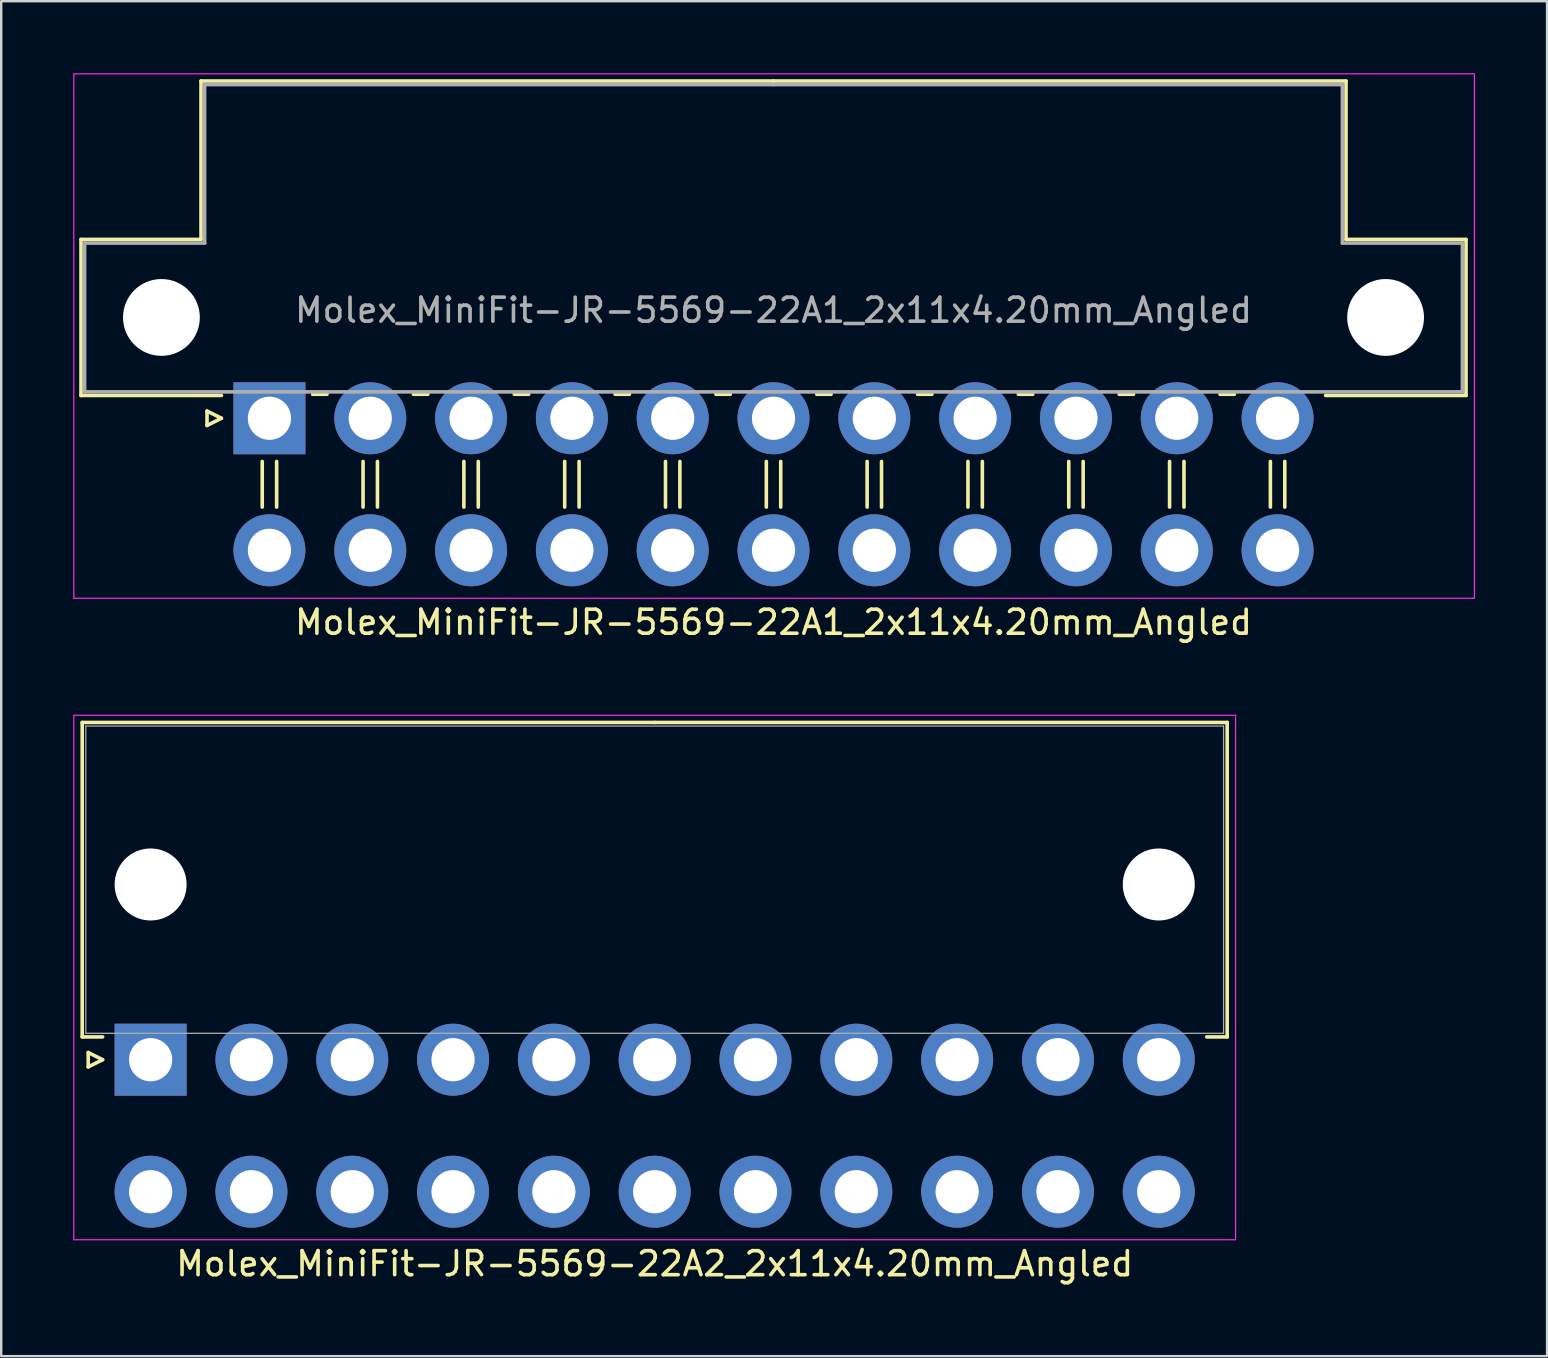
<source format=kicad_pcb>
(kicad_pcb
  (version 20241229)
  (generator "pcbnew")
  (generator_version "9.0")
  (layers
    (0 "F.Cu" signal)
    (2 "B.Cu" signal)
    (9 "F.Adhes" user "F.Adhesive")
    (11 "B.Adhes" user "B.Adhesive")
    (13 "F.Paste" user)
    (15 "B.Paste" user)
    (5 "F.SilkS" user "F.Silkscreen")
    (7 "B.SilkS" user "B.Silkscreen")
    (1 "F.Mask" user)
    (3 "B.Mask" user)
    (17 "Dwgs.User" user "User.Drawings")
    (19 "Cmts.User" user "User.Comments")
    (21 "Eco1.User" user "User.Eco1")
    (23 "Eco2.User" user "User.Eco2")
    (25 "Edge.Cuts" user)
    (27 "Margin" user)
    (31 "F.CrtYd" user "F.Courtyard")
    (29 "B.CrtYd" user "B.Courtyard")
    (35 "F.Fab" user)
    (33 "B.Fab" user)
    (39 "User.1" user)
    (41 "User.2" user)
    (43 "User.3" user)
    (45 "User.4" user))
  (footprint "Molex_MiniFit-JR-5569-22A2_2x11x4.20mm_Angled"
    (layer "F.Cu")
    (at 3.225 41.098)
    (property "Reference" "Molex_MiniFit-JR-5569-22A2_2x11x4.20mm_Angled" (at 21 8.5 0) (layer "F.SilkS") (effects (font (size 1 1) (thickness 0.15))))
    (attr through_hole)
    (fp_line (start -2.85 -14.05) (end 21 -14.05) (stroke (width 0.15) (type solid)) (layer "F.SilkS"))
    (fp_line (start -2.85 -0.95) (end -2.85 -14.05) (stroke (width 0.15) (type solid)) (layer "F.SilkS"))
    (fp_line (start -2.6 -0.3) (end -2 0) (stroke (width 0.15) (type solid)) (layer "F.SilkS"))
    (fp_line (start -2.6 0.3) (end -2.6 -0.3) (stroke (width 0.15) (type solid)) (layer "F.SilkS"))
    (fp_line (start -2 -0.95) (end -2.85 -0.95) (stroke (width 0.15) (type solid)) (layer "F.SilkS"))
    (fp_line (start -2 0) (end -2.6 0.3) (stroke (width 0.15) (type solid)) (layer "F.SilkS"))
    (fp_line (start 44 -0.95) (end 44.85 -0.95) (stroke (width 0.15) (type solid)) (layer "F.SilkS"))
    (fp_line (start 44.85 -14.05) (end 21 -14.05) (stroke (width 0.15) (type solid)) (layer "F.SilkS"))
    (fp_line (start 44.85 -0.95) (end 44.85 -14.05) (stroke (width 0.15) (type solid)) (layer "F.SilkS"))
    (fp_line (start -3.2 -14.35) (end -3.2 7.5) (stroke (width 0.05) (type solid)) (layer "F.CrtYd"))
    (fp_line (start -3.2 7.5) (end 45.2 7.5) (stroke (width 0.05) (type solid)) (layer "F.CrtYd"))
    (fp_line (start 45.2 -14.35) (end -3.2 -14.35) (stroke (width 0.05) (type solid)) (layer "F.CrtYd"))
    (fp_line (start 45.2 7.5) (end 45.2 -14.35) (stroke (width 0.05) (type solid)) (layer "F.CrtYd"))
    (fp_line (start -2.7 -13.9) (end -2.7 -1.1) (stroke (width 0.05) (type solid)) (layer "F.Fab"))
    (fp_line (start -2.7 -1.1) (end 44.7 -1.1) (stroke (width 0.05) (type solid)) (layer "F.Fab"))
    (fp_line (start 44.7 -13.9) (end -2.7 -13.9) (stroke (width 0.05) (type solid)) (layer "F.Fab"))
    (fp_line (start 44.7 -1.1) (end 44.7 -13.9) (stroke (width 0.05) (type solid)) (layer "F.Fab"))
    (pad "" np_thru_hole circle (at 0 -7.3) (size 3 3) (drill 3) (layers "*.Cu"))
    (pad "" np_thru_hole circle (at 42 -7.3) (size 3 3) (drill 3) (layers "*.Cu"))
    (pad "1" thru_hole rect (at 0 0) (size 3 3) (drill 1.8) (layers "*.Cu" "*.Mask"))
    (pad "2" thru_hole circle (at 4.2 0) (size 3 3) (drill 1.8) (layers "*.Cu" "*.Mask"))
    (pad "3" thru_hole circle (at 8.4 0) (size 3 3) (drill 1.8) (layers "*.Cu" "*.Mask"))
    (pad "4" thru_hole circle (at 12.6 0) (size 3 3) (drill 1.8) (layers "*.Cu" "*.Mask"))
    (pad "5" thru_hole circle (at 16.8 0) (size 3 3) (drill 1.8) (layers "*.Cu" "*.Mask"))
    (pad "6" thru_hole circle (at 21 0) (size 3 3) (drill 1.8) (layers "*.Cu" "*.Mask"))
    (pad "7" thru_hole circle (at 25.2 0) (size 3 3) (drill 1.8) (layers "*.Cu" "*.Mask"))
    (pad "8" thru_hole circle (at 29.4 0) (size 3 3) (drill 1.8) (layers "*.Cu" "*.Mask"))
    (pad "9" thru_hole circle (at 33.6 0) (size 3 3) (drill 1.8) (layers "*.Cu" "*.Mask"))
    (pad "10" thru_hole circle (at 37.8 0) (size 3 3) (drill 1.8) (layers "*.Cu" "*.Mask"))
    (pad "11" thru_hole circle (at 42 0) (size 3 3) (drill 1.8) (layers "*.Cu" "*.Mask"))
    (pad "12" thru_hole circle (at 0 5.5) (size 3 3) (drill 1.8) (layers "*.Cu" "*.Mask"))
    (pad "13" thru_hole circle (at 4.2 5.5) (size 3 3) (drill 1.8) (layers "*.Cu" "*.Mask"))
    (pad "14" thru_hole circle (at 8.4 5.5) (size 3 3) (drill 1.8) (layers "*.Cu" "*.Mask"))
    (pad "15" thru_hole circle (at 12.6 5.5) (size 3 3) (drill 1.8) (layers "*.Cu" "*.Mask"))
    (pad "16" thru_hole circle (at 16.8 5.5) (size 3 3) (drill 1.8) (layers "*.Cu" "*.Mask"))
    (pad "17" thru_hole circle (at 21 5.5) (size 3 3) (drill 1.8) (layers "*.Cu" "*.Mask"))
    (pad "18" thru_hole circle (at 25.2 5.5) (size 3 3) (drill 1.8) (layers "*.Cu" "*.Mask"))
    (pad "19" thru_hole circle (at 29.4 5.5) (size 3 3) (drill 1.8) (layers "*.Cu" "*.Mask"))
    (pad "20" thru_hole circle (at 33.6 5.5) (size 3 3) (drill 1.8) (layers "*.Cu" "*.Mask"))
    (pad "21" thru_hole circle (at 37.8 5.5) (size 3 3) (drill 1.8) (layers "*.Cu" "*.Mask"))
    (pad "22" thru_hole circle (at 42 5.5) (size 3 3) (drill 1.8) (layers "*.Cu" "*.Mask")))
  (footprint "Molex_MiniFit-JR-5569-22A1_2x11x4.20mm_Angled"
    (layer "F.Cu")
    (at 8.175 14.375)
    (property "Reference" "Molex_MiniFit-JR-5569-22A1_2x11x4.20mm_Angled" (at 21 8.5 0) (layer "F.SilkS") (effects (font (size 1 1) (thickness 0.15))))
    (attr through_hole)
    (fp_line (start -7.85 -7.45) (end -7.85 -0.95) (stroke (width 0.15) (type solid)) (layer "F.SilkS"))
    (fp_line (start -7.85 -0.95) (end -2 -0.95) (stroke (width 0.15) (type solid)) (layer "F.SilkS"))
    (fp_line (start -2.85 -14.05) (end -2.85 -7.45) (stroke (width 0.15) (type solid)) (layer "F.SilkS"))
    (fp_line (start -2.85 -7.45) (end -7.85 -7.45) (stroke (width 0.15) (type solid)) (layer "F.SilkS"))
    (fp_line (start -2.6 -0.3) (end -2 0) (stroke (width 0.15) (type solid)) (layer "F.SilkS"))
    (fp_line (start -2.6 0.3) (end -2.6 -0.3) (stroke (width 0.15) (type solid)) (layer "F.SilkS"))
    (fp_line (start -2 0) (end -2.6 0.3) (stroke (width 0.15) (type solid)) (layer "F.SilkS"))
    (fp_line (start -0.3 1.8) (end -0.3 3.7) (stroke (width 0.15) (type solid)) (layer "F.SilkS"))
    (fp_line (start 0.3 1.8) (end 0.3 3.7) (stroke (width 0.15) (type solid)) (layer "F.SilkS"))
    (fp_line (start 1.8 -1) (end 2.4 -1) (stroke (width 0.15) (type solid)) (layer "F.SilkS"))
    (fp_line (start 3.9 1.8) (end 3.9 3.7) (stroke (width 0.15) (type solid)) (layer "F.SilkS"))
    (fp_line (start 4.5 1.8) (end 4.5 3.7) (stroke (width 0.15) (type solid)) (layer "F.SilkS"))
    (fp_line (start 6 -1) (end 6.6 -1) (stroke (width 0.15) (type solid)) (layer "F.SilkS"))
    (fp_line (start 8.1 1.8) (end 8.1 3.7) (stroke (width 0.15) (type solid)) (layer "F.SilkS"))
    (fp_line (start 8.7 1.8) (end 8.7 3.7) (stroke (width 0.15) (type solid)) (layer "F.SilkS"))
    (fp_line (start 10.2 -1) (end 10.8 -1) (stroke (width 0.15) (type solid)) (layer "F.SilkS"))
    (fp_line (start 12.3 1.8) (end 12.3 3.7) (stroke (width 0.15) (type solid)) (layer "F.SilkS"))
    (fp_line (start 12.9 1.8) (end 12.9 3.7) (stroke (width 0.15) (type solid)) (layer "F.SilkS"))
    (fp_line (start 14.4 -1) (end 15 -1) (stroke (width 0.15) (type solid)) (layer "F.SilkS"))
    (fp_line (start 16.5 1.8) (end 16.5 3.7) (stroke (width 0.15) (type solid)) (layer "F.SilkS"))
    (fp_line (start 17.1 1.8) (end 17.1 3.7) (stroke (width 0.15) (type solid)) (layer "F.SilkS"))
    (fp_line (start 18.6 -1) (end 19.2 -1) (stroke (width 0.15) (type solid)) (layer "F.SilkS"))
    (fp_line (start 20.7 1.8) (end 20.7 3.7) (stroke (width 0.15) (type solid)) (layer "F.SilkS"))
    (fp_line (start 21 -14.05) (end -2.85 -14.05) (stroke (width 0.15) (type solid)) (layer "F.SilkS"))
    (fp_line (start 21 -14.05) (end 44.85 -14.05) (stroke (width 0.15) (type solid)) (layer "F.SilkS"))
    (fp_line (start 21.3 1.8) (end 21.3 3.7) (stroke (width 0.15) (type solid)) (layer "F.SilkS"))
    (fp_line (start 22.8 -1) (end 23.4 -1) (stroke (width 0.15) (type solid)) (layer "F.SilkS"))
    (fp_line (start 24.9 1.8) (end 24.9 3.7) (stroke (width 0.15) (type solid)) (layer "F.SilkS"))
    (fp_line (start 25.5 1.8) (end 25.5 3.7) (stroke (width 0.15) (type solid)) (layer "F.SilkS"))
    (fp_line (start 27 -1) (end 27.6 -1) (stroke (width 0.15) (type solid)) (layer "F.SilkS"))
    (fp_line (start 29.1 1.8) (end 29.1 3.7) (stroke (width 0.15) (type solid)) (layer "F.SilkS"))
    (fp_line (start 29.7 1.8) (end 29.7 3.7) (stroke (width 0.15) (type solid)) (layer "F.SilkS"))
    (fp_line (start 31.2 -1) (end 31.8 -1) (stroke (width 0.15) (type solid)) (layer "F.SilkS"))
    (fp_line (start 33.3 1.8) (end 33.3 3.7) (stroke (width 0.15) (type solid)) (layer "F.SilkS"))
    (fp_line (start 33.9 1.8) (end 33.9 3.7) (stroke (width 0.15) (type solid)) (layer "F.SilkS"))
    (fp_line (start 35.4 -1) (end 36 -1) (stroke (width 0.15) (type solid)) (layer "F.SilkS"))
    (fp_line (start 37.5 1.8) (end 37.5 3.7) (stroke (width 0.15) (type solid)) (layer "F.SilkS"))
    (fp_line (start 38.1 1.8) (end 38.1 3.7) (stroke (width 0.15) (type solid)) (layer "F.SilkS"))
    (fp_line (start 39.6 -1) (end 40.2 -1) (stroke (width 0.15) (type solid)) (layer "F.SilkS"))
    (fp_line (start 41.7 1.8) (end 41.7 3.7) (stroke (width 0.15) (type solid)) (layer "F.SilkS"))
    (fp_line (start 42.3 1.8) (end 42.3 3.7) (stroke (width 0.15) (type solid)) (layer "F.SilkS"))
    (fp_line (start 44.85 -14.05) (end 44.85 -7.45) (stroke (width 0.15) (type solid)) (layer "F.SilkS"))
    (fp_line (start 44.85 -7.45) (end 49.85 -7.45) (stroke (width 0.15) (type solid)) (layer "F.SilkS"))
    (fp_line (start 49.85 -7.45) (end 49.85 -0.95) (stroke (width 0.15) (type solid)) (layer "F.SilkS"))
    (fp_line (start 49.85 -0.95) (end 44 -0.95) (stroke (width 0.15) (type solid)) (layer "F.SilkS"))
    (fp_line (start -8.15 -14.35) (end -8.15 7.5) (stroke (width 0.05) (type solid)) (layer "F.CrtYd"))
    (fp_line (start -8.15 7.5) (end 50.2 7.5) (stroke (width 0.05) (type solid)) (layer "F.CrtYd"))
    (fp_line (start 50.2 -14.35) (end -8.15 -14.35) (stroke (width 0.05) (type solid)) (layer "F.CrtYd"))
    (fp_line (start 50.2 7.5) (end 50.2 -14.35) (stroke (width 0.05) (type solid)) (layer "F.CrtYd"))
    (fp_line (start -7.7 -7.3) (end -7.7 -1.1) (stroke (width 0.15) (type solid)) (layer "F.Fab"))
    (fp_line (start -7.7 -1.1) (end 21 -1.1) (stroke (width 0.15) (type solid)) (layer "F.Fab"))
    (fp_line (start -2.7 -13.9) (end -2.7 -7.3) (stroke (width 0.15) (type solid)) (layer "F.Fab"))
    (fp_line (start -2.7 -7.3) (end -7.7 -7.3) (stroke (width 0.15) (type solid)) (layer "F.Fab"))
    (fp_line (start 21 -13.9) (end -2.7 -13.9) (stroke (width 0.15) (type solid)) (layer "F.Fab"))
    (fp_line (start 21 -13.9) (end 44.7 -13.9) (stroke (width 0.15) (type solid)) (layer "F.Fab"))
    (fp_line (start 44.7 -13.9) (end 44.7 -7.3) (stroke (width 0.15) (type solid)) (layer "F.Fab"))
    (fp_line (start 44.7 -7.3) (end 49.7 -7.3) (stroke (width 0.15) (type solid)) (layer "F.Fab"))
    (fp_line (start 49.7 -7.3) (end 49.7 -1.1) (stroke (width 0.15) (type solid)) (layer "F.Fab"))
    (fp_line (start 49.7 -1.1) (end 21 -1.1) (stroke (width 0.15) (type solid)) (layer "F.Fab"))
    (fp_text user "${REFERENCE}" (at 21 -4.5 0) (layer "F.Fab") (effects (font (size 1 1) (thickness 0.15))))
    (pad "" np_thru_hole circle (at -4.5 -4.2) (size 3.2 3.2) (drill 3.2) (layers "*.Cu"))
    (pad "" np_thru_hole circle (at 46.5 -4.2) (size 3.2 3.2) (drill 3.2) (layers "*.Cu"))
    (pad "1" thru_hole rect (at 0 0) (size 3 3) (drill 1.8) (layers "*.Cu" "*.Mask"))
    (pad "2" thru_hole circle (at 4.2 0) (size 3 3) (drill 1.8) (layers "*.Cu" "*.Mask"))
    (pad "3" thru_hole circle (at 8.4 0) (size 3 3) (drill 1.8) (layers "*.Cu" "*.Mask"))
    (pad "4" thru_hole circle (at 12.6 0) (size 3 3) (drill 1.8) (layers "*.Cu" "*.Mask"))
    (pad "5" thru_hole circle (at 16.8 0) (size 3 3) (drill 1.8) (layers "*.Cu" "*.Mask"))
    (pad "6" thru_hole circle (at 21 0) (size 3 3) (drill 1.8) (layers "*.Cu" "*.Mask"))
    (pad "7" thru_hole circle (at 25.2 0) (size 3 3) (drill 1.8) (layers "*.Cu" "*.Mask"))
    (pad "8" thru_hole circle (at 29.4 0) (size 3 3) (drill 1.8) (layers "*.Cu" "*.Mask"))
    (pad "9" thru_hole circle (at 33.6 0) (size 3 3) (drill 1.8) (layers "*.Cu" "*.Mask"))
    (pad "10" thru_hole circle (at 37.8 0) (size 3 3) (drill 1.8) (layers "*.Cu" "*.Mask"))
    (pad "11" thru_hole circle (at 42 0) (size 3 3) (drill 1.8) (layers "*.Cu" "*.Mask"))
    (pad "12" thru_hole circle (at 0 5.5) (size 3 3) (drill 1.8) (layers "*.Cu" "*.Mask"))
    (pad "13" thru_hole circle (at 4.2 5.5) (size 3 3) (drill 1.8) (layers "*.Cu" "*.Mask"))
    (pad "14" thru_hole circle (at 8.4 5.5) (size 3 3) (drill 1.8) (layers "*.Cu" "*.Mask"))
    (pad "15" thru_hole circle (at 12.6 5.5) (size 3 3) (drill 1.8) (layers "*.Cu" "*.Mask"))
    (pad "16" thru_hole circle (at 16.8 5.5) (size 3 3) (drill 1.8) (layers "*.Cu" "*.Mask"))
    (pad "17" thru_hole circle (at 21 5.5) (size 3 3) (drill 1.8) (layers "*.Cu" "*.Mask"))
    (pad "18" thru_hole circle (at 25.2 5.5) (size 3 3) (drill 1.8) (layers "*.Cu" "*.Mask"))
    (pad "19" thru_hole circle (at 29.4 5.5) (size 3 3) (drill 1.8) (layers "*.Cu" "*.Mask"))
    (pad "20" thru_hole circle (at 33.6 5.5) (size 3 3) (drill 1.8) (layers "*.Cu" "*.Mask"))
    (pad "21" thru_hole circle (at 37.8 5.5) (size 3 3) (drill 1.8) (layers "*.Cu" "*.Mask"))
    (pad "22" thru_hole circle (at 42 5.5) (size 3 3) (drill 1.8) (layers "*.Cu" "*.Mask")))
  (gr_rect
    (start -3 -3)
    (end 61.4 53.447)
    (stroke (width 0.1) (type default))
    (fill no)
    (layer "Edge.Cuts")))
</source>
